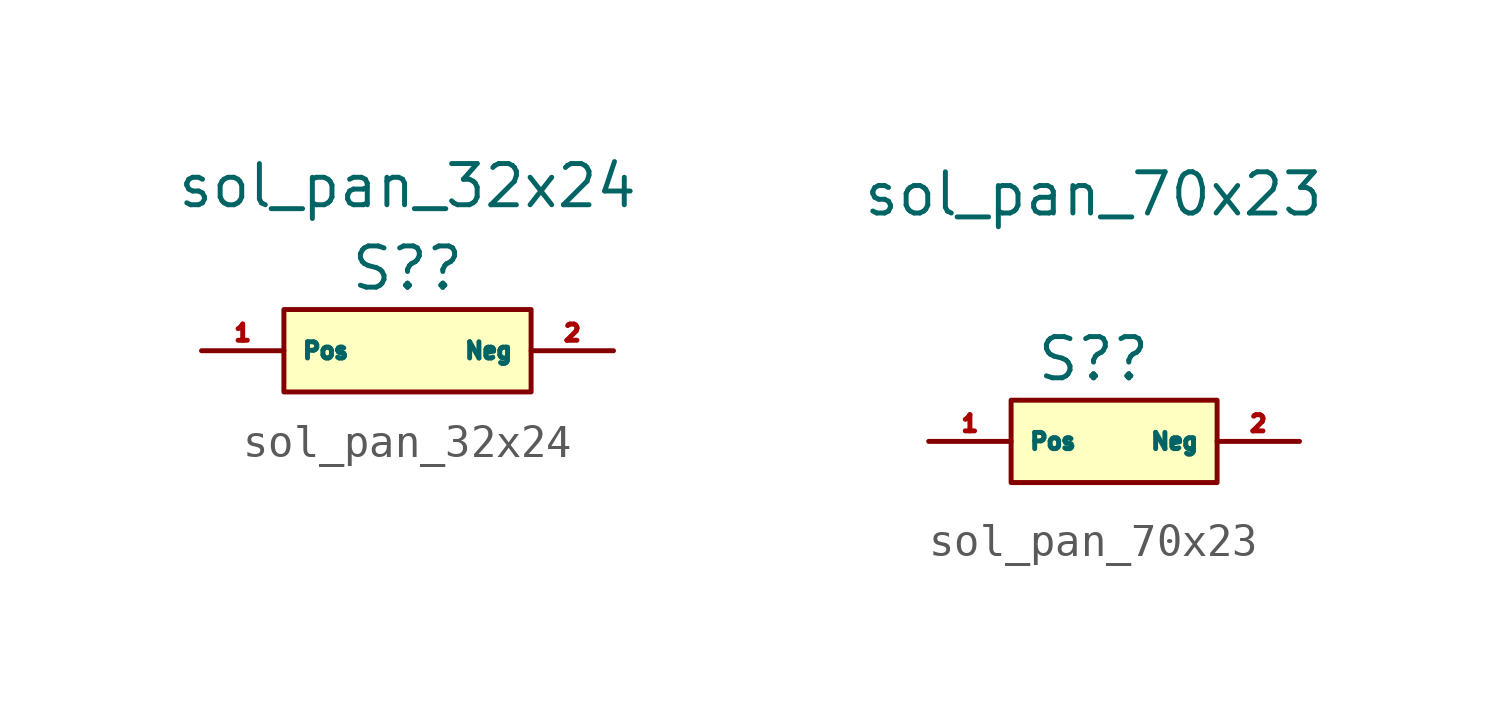
<source format=kicad_sym>
(kicad_symbol_lib
  (version 20220914)
  (generator kicad_symbol_editor)
  (symbol "sol_pan_32x24"
    (property "Reference" "S?"
      (at 1.27 -1.27 0)
      (effects (font (size 1.27 1.27))))
    (property "Value" "sol_pan_32x24"
      (at 1.27 1.27 0)
      (effects (font (size 1.27 1.27))))
    (symbol "sol_pan_32x24_1_1"
      (rectangle (start -2.54 -2.54) (end 5.08 -5.08) (stroke (width 0) (type default)) (fill (type background)))
      (pin output line (at -5.08 -3.81 0) (length 2.54) (name "Pos" (effects (font (size 0.5 0.5)))) (number "1" (effects (font (size 0.5 0.5)))))
      (pin output line (at 7.62 -3.81 180) (length 2.54) (name "Neg" (effects (font (size 0.5 0.5)))) (number "2" (effects (font (size 0.5 0.5)))))))
  (symbol "sol_pan_70x23"
    (property "Reference" "S?"
      (at 0 2.54 0)
      (effects (font (size 1.27 1.27))))
    (property "Value" "sol_pan_70x23"
      (at 0 7.62 0)
      (effects (font (size 1.27 1.27))))
    (symbol "sol_pan_70x23_1_1"
      (rectangle (start -2.54 1.27) (end 3.81 -1.27) (stroke (width 0) (type default)) (fill (type background)))
      (pin output line (at -5.08 0 0) (length 2.54) (name "Pos" (effects (font (size 0.5 0.5)))) (number "1" (effects (font (size 0.5 0.5)))))
      (pin output line (at 6.35 0 180) (length 2.54) (name "Neg" (effects (font (size 0.5 0.5)))) (number "2" (effects (font (size 0.5 0.5))))))))
</source>
